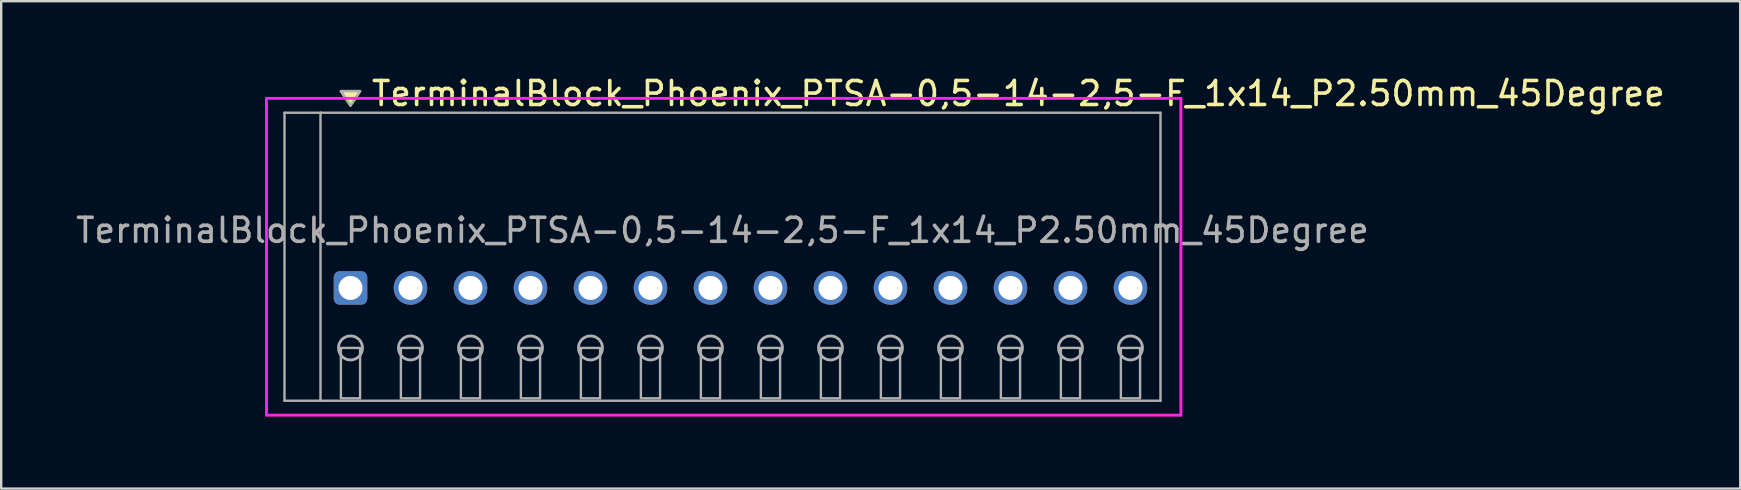
<source format=kicad_pcb>
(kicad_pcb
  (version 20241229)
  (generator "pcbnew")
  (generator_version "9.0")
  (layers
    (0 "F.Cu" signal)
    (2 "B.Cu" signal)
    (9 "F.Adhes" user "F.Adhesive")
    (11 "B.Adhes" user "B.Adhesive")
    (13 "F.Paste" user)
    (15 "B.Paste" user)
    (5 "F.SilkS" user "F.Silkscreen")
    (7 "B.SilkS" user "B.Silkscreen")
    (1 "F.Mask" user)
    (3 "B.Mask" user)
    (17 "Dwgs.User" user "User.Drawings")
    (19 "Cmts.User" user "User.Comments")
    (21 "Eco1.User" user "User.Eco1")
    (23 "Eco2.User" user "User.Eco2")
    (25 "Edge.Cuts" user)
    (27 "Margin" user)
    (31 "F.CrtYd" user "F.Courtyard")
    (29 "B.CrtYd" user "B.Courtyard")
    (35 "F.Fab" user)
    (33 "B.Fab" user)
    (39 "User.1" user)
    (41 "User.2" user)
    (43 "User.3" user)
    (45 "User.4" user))
  (footprint "TerminalBlock_Phoenix_PTSA-0,5-14-2,5-F_1x14_P2.50mm_45Degree"
    (layer "F.Cu")
    (at 11.554 8.948)
    (property "Reference" "TerminalBlock_Phoenix_PTSA-0,5-14-2,5-F_1x14_P2.50mm_45Degree" (at 0.8 -8.1 0) (layer "F.SilkS") (effects (font (size 1 1) (thickness 0.15)) (justify left)))
    (attr through_hole)
    (fp_poly (pts (xy 0 -7.6) (xy -0.4 -8.2) (xy 0.4 -8.2)) (stroke (width 0.1) (type solid)) (fill yes) (layer "F.SilkS"))
    (fp_line (start -3.5 -7.9) (end 34.6 -7.9) (stroke (width 0.12) (type solid)) (layer "F.CrtYd"))
    (fp_line (start -3.5 5.3) (end -3.5 -7.9) (stroke (width 0.12) (type solid)) (layer "F.CrtYd"))
    (fp_line (start 34.6 -7.9) (end 34.6 5.3) (stroke (width 0.12) (type solid)) (layer "F.CrtYd"))
    (fp_line (start 34.6 5.3) (end -3.5 5.3) (stroke (width 0.12) (type solid)) (layer "F.CrtYd"))
    (fp_line (start -2.75 -7.3) (end -1.25 -7.3) (stroke (width 0.1) (type solid)) (layer "F.Fab"))
    (fp_line (start -2.75 4.7) (end -2.75 -7.3) (stroke (width 0.1) (type solid)) (layer "F.Fab"))
    (fp_line (start -1.25 -7.3) (end -1.25 4.7) (stroke (width 0.1) (type solid)) (layer "F.Fab"))
    (fp_line (start -1.25 4.7) (end -2.75 4.7) (stroke (width 0.1) (type solid)) (layer "F.Fab"))
    (fp_line (start -1.25 4.7) (end 33.75 4.7) (stroke (width 0.1) (type solid)) (layer "F.Fab"))
    (fp_line (start 33.75 -7.3) (end -1.25 -7.3) (stroke (width 0.1) (type solid)) (layer "F.Fab"))
    (fp_line (start 33.75 4.7) (end 33.75 -7.3) (stroke (width 0.1) (type solid)) (layer "F.Fab"))
    (fp_circle (center 0 2.5) (end -0.5 2.5) (stroke (width 0.12) (type solid)) (fill no) (layer "F.Fab"))
    (fp_circle (center 2.5 2.5) (end 2 2.5) (stroke (width 0.12) (type solid)) (fill no) (layer "F.Fab"))
    (fp_circle (center 5 2.5) (end 4.5 2.5) (stroke (width 0.12) (type solid)) (fill no) (layer "F.Fab"))
    (fp_circle (center 7.5 2.5) (end 7 2.5) (stroke (width 0.12) (type solid)) (fill no) (layer "F.Fab"))
    (fp_circle (center 10 2.5) (end 9.5 2.5) (stroke (width 0.12) (type solid)) (fill no) (layer "F.Fab"))
    (fp_circle (center 12.5 2.5) (end 12 2.5) (stroke (width 0.12) (type solid)) (fill no) (layer "F.Fab"))
    (fp_circle (center 15 2.5) (end 14.5 2.5) (stroke (width 0.12) (type solid)) (fill no) (layer "F.Fab"))
    (fp_circle (center 17.5 2.5) (end 17 2.5) (stroke (width 0.12) (type solid)) (fill no) (layer "F.Fab"))
    (fp_circle (center 20 2.5) (end 19.5 2.5) (stroke (width 0.12) (type solid)) (fill no) (layer "F.Fab"))
    (fp_circle (center 22.5 2.5) (end 22 2.5) (stroke (width 0.12) (type solid)) (fill no) (layer "F.Fab"))
    (fp_circle (center 25 2.5) (end 24.5 2.5) (stroke (width 0.12) (type solid)) (fill no) (layer "F.Fab"))
    (fp_circle (center 27.5 2.5) (end 27 2.5) (stroke (width 0.12) (type solid)) (fill no) (layer "F.Fab"))
    (fp_circle (center 30 2.5) (end 29.5 2.5) (stroke (width 0.12) (type solid)) (fill no) (layer "F.Fab"))
    (fp_circle (center 32.5 2.5) (end 32 2.5) (stroke (width 0.12) (type solid)) (fill no) (layer "F.Fab"))
    (fp_poly (pts (xy 0 -7.6) (xy -0.4 -8.2) (xy 0.4 -8.2)) (stroke (width 0.1) (type solid)) (fill no) (layer "F.Fab"))
    (fp_poly (pts (xy -0.4 2.5) (xy -0.4 4.6) (xy 0.4 4.6) (xy 0.4 2.5)) (stroke (width 0.1) (type solid)) (fill no) (layer "F.Fab"))
    (fp_poly (pts (xy 2.1 2.5) (xy 2.1 4.6) (xy 2.9 4.6) (xy 2.9 2.5)) (stroke (width 0.1) (type solid)) (fill no) (layer "F.Fab"))
    (fp_poly (pts (xy 4.6 2.5) (xy 4.6 4.6) (xy 5.4 4.6) (xy 5.4 2.5)) (stroke (width 0.1) (type solid)) (fill no) (layer "F.Fab"))
    (fp_poly (pts (xy 7.1 2.5) (xy 7.1 4.6) (xy 7.9 4.6) (xy 7.9 2.5)) (stroke (width 0.1) (type solid)) (fill no) (layer "F.Fab"))
    (fp_poly (pts (xy 9.6 2.5) (xy 9.6 4.6) (xy 10.4 4.6) (xy 10.4 2.5)) (stroke (width 0.1) (type solid)) (fill no) (layer "F.Fab"))
    (fp_poly (pts (xy 12.1 2.5) (xy 12.1 4.6) (xy 12.9 4.6) (xy 12.9 2.5)) (stroke (width 0.1) (type solid)) (fill no) (layer "F.Fab"))
    (fp_poly (pts (xy 14.6 2.5) (xy 14.6 4.6) (xy 15.4 4.6) (xy 15.4 2.5)) (stroke (width 0.1) (type solid)) (fill no) (layer "F.Fab"))
    (fp_poly (pts (xy 17.1 2.5) (xy 17.1 4.6) (xy 17.9 4.6) (xy 17.9 2.5)) (stroke (width 0.1) (type solid)) (fill no) (layer "F.Fab"))
    (fp_poly (pts (xy 19.6 2.5) (xy 19.6 4.6) (xy 20.4 4.6) (xy 20.4 2.5)) (stroke (width 0.1) (type solid)) (fill no) (layer "F.Fab"))
    (fp_poly (pts (xy 22.1 2.5) (xy 22.1 4.6) (xy 22.9 4.6) (xy 22.9 2.5)) (stroke (width 0.1) (type solid)) (fill no) (layer "F.Fab"))
    (fp_poly (pts (xy 24.6 2.5) (xy 24.6 4.6) (xy 25.4 4.6) (xy 25.4 2.5)) (stroke (width 0.1) (type solid)) (fill no) (layer "F.Fab"))
    (fp_poly (pts (xy 27.1 2.5) (xy 27.1 4.6) (xy 27.9 4.6) (xy 27.9 2.5)) (stroke (width 0.1) (type solid)) (fill no) (layer "F.Fab"))
    (fp_poly (pts (xy 29.6 2.5) (xy 29.6 4.6) (xy 30.4 4.6) (xy 30.4 2.5)) (stroke (width 0.1) (type solid)) (fill no) (layer "F.Fab"))
    (fp_poly (pts (xy 32.1 2.5) (xy 32.1 4.6) (xy 32.9 4.6) (xy 32.9 2.5)) (stroke (width 0.1) (type solid)) (fill no) (layer "F.Fab"))
    (fp_text user "${REFERENCE}" (at 15.5 -2.4 0) (layer "F.Fab") (effects (font (size 1 1) (thickness 0.15))))
    (pad "1" thru_hole roundrect (at 0 0) (size 1.4 1.4) (drill 1) (layers "*.Cu" "*.Mask") (roundrect_rratio 0.179))
    (pad "2" thru_hole oval (at 2.5 0) (size 1.4 1.4) (drill 1) (layers "*.Cu" "*.Mask"))
    (pad "3" thru_hole oval (at 5 0) (size 1.4 1.4) (drill 1) (layers "*.Cu" "*.Mask"))
    (pad "4" thru_hole oval (at 7.5 0) (size 1.4 1.4) (drill 1) (layers "*.Cu" "*.Mask"))
    (pad "5" thru_hole oval (at 10 0) (size 1.4 1.4) (drill 1) (layers "*.Cu" "*.Mask"))
    (pad "6" thru_hole oval (at 12.5 0) (size 1.4 1.4) (drill 1) (layers "*.Cu" "*.Mask"))
    (pad "7" thru_hole oval (at 15 0) (size 1.4 1.4) (drill 1) (layers "*.Cu" "*.Mask"))
    (pad "8" thru_hole oval (at 17.5 0) (size 1.4 1.4) (drill 1) (layers "*.Cu" "*.Mask"))
    (pad "9" thru_hole oval (at 20 0) (size 1.4 1.4) (drill 1) (layers "*.Cu" "*.Mask"))
    (pad "10" thru_hole oval (at 22.5 0) (size 1.4 1.4) (drill 1) (layers "*.Cu" "*.Mask"))
    (pad "11" thru_hole oval (at 25 0) (size 1.4 1.4) (drill 1) (layers "*.Cu" "*.Mask"))
    (pad "12" thru_hole oval (at 27.5 0) (size 1.4 1.4) (drill 1) (layers "*.Cu" "*.Mask"))
    (pad "13" thru_hole oval (at 30 0) (size 1.4 1.4) (drill 1) (layers "*.Cu" "*.Mask"))
    (pad "14" thru_hole oval (at 32.5 0) (size 1.4 1.4) (drill 1) (layers "*.Cu" "*.Mask")))
  (gr_rect
    (start -3 -3)
    (end 69.461 17.308)
    (stroke (width 0.1) (type default))
    (fill no)
    (layer "Edge.Cuts")))
</source>
